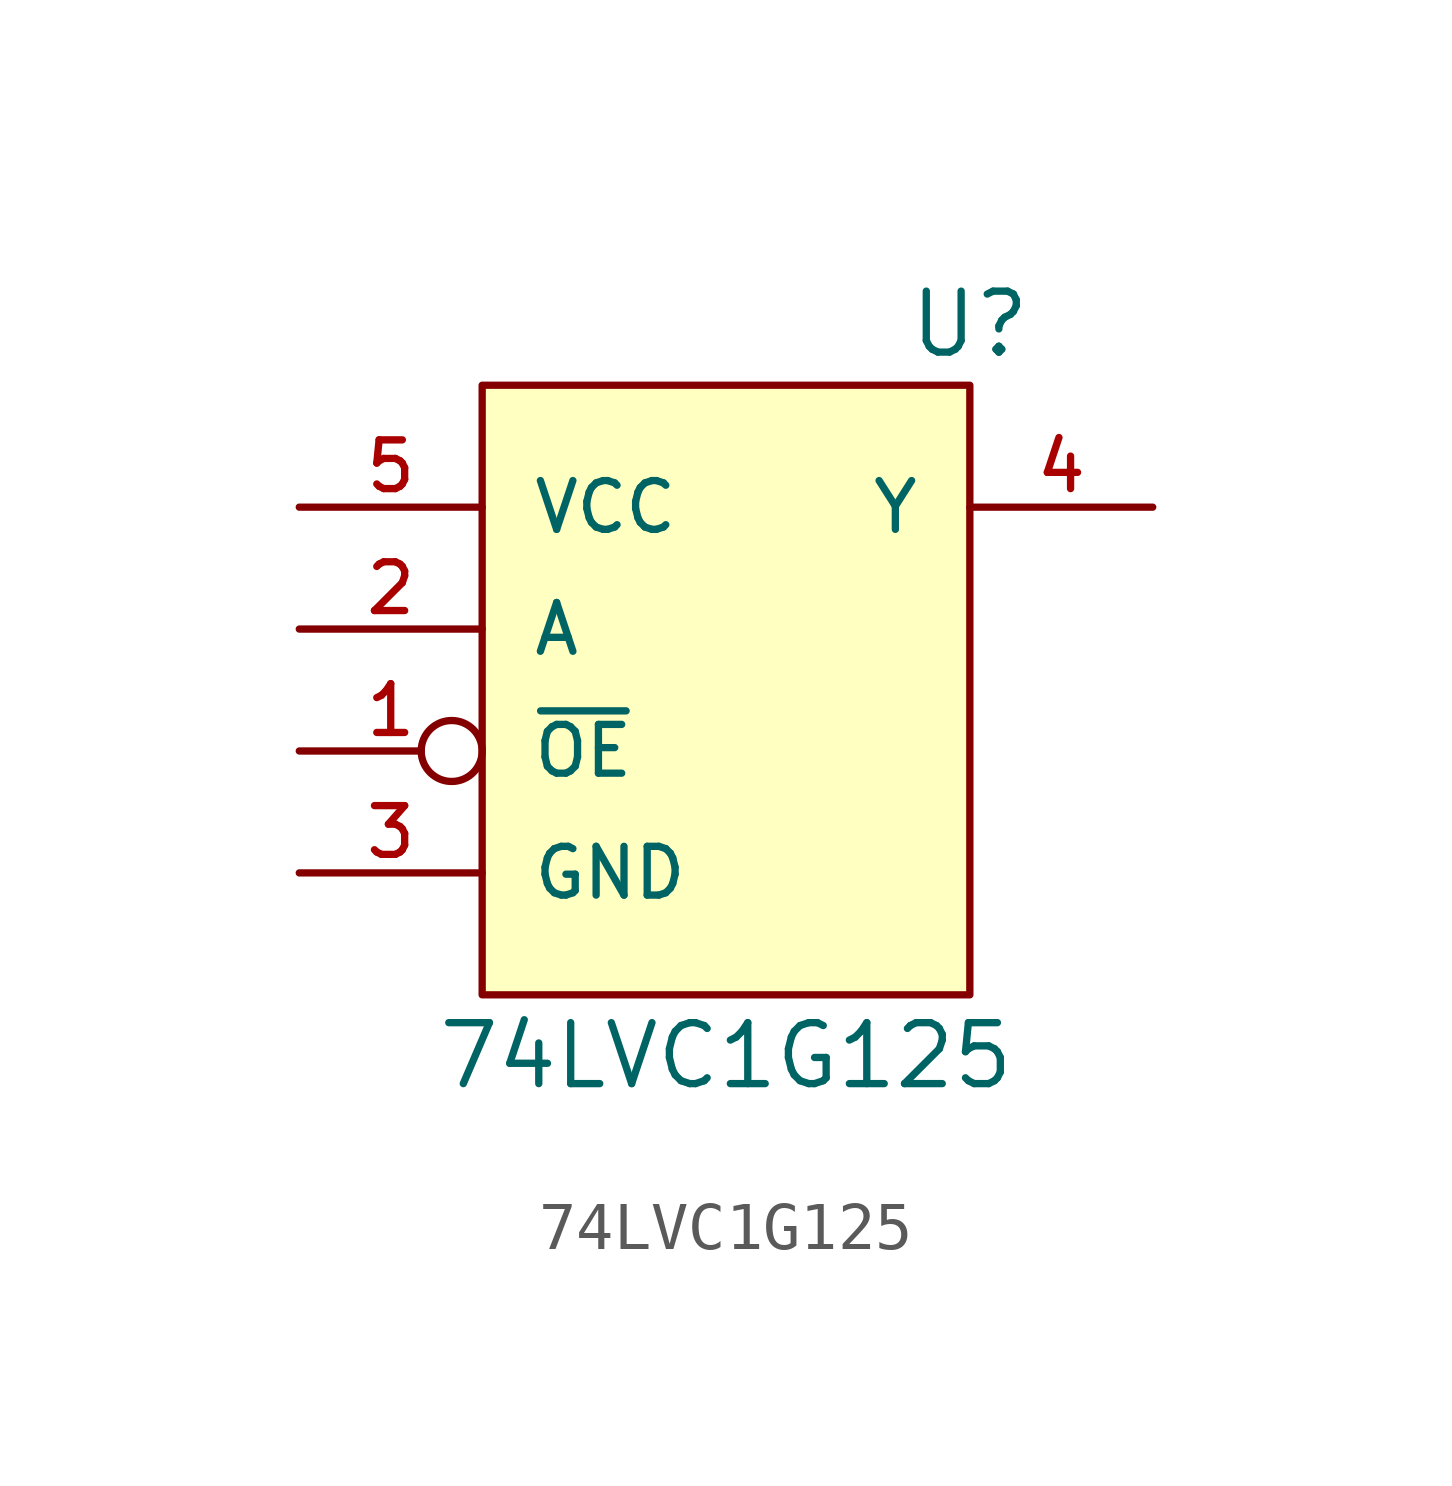
<source format=kicad_sym>
(kicad_symbol_lib
  (version 20231120)
  (generator "kicad_symbol_editor")
  (generator_version "8.99")
  (symbol "74LVC1G125"
    (pin_names
      (offset 1.016))
    (property "Reference" "U"
      (at 5.08 6.35 0)
      (effects (font (size 1.27 1.27))))
    (property "Value" "74LVC1G125"
      (at 0 -8.89 0)
      (effects (font (size 1.27 1.27))))
    (symbol "74LVC1G125_0_1"
      (rectangle (start -5.08 5.08) (end 5.08 -7.62) (stroke (width 0) (type solid)) (fill (type background))))
    (symbol "74LVC1G125_1_1"
      (pin input inverted (at -8.89 -2.54 0) (length 3.81) (name "~{OE}" (effects (font (size 1.016 1.016)))) (number "1" (effects (font (size 1.016 1.016)))))
      (pin input line (at -8.89 0 0) (length 3.81) (name "A" (effects (font (size 1.016 1.016)))) (number "2" (effects (font (size 1.016 1.016)))))
      (pin power_in line (at -8.89 -5.08 0) (length 3.81) (name "GND" (effects (font (size 1.016 1.016)))) (number "3" (effects (font (size 1.016 1.016)))))
      (pin tri_state line (at 8.89 2.54 180) (length 3.81) (name "Y" (effects (font (size 1.016 1.016)))) (number "4" (effects (font (size 1.016 1.016)))))
      (pin power_in line (at -8.89 2.54 0) (length 3.81) (name "VCC" (effects (font (size 1.016 1.016)))) (number "5" (effects (font (size 1.016 1.016))))))))
</source>
